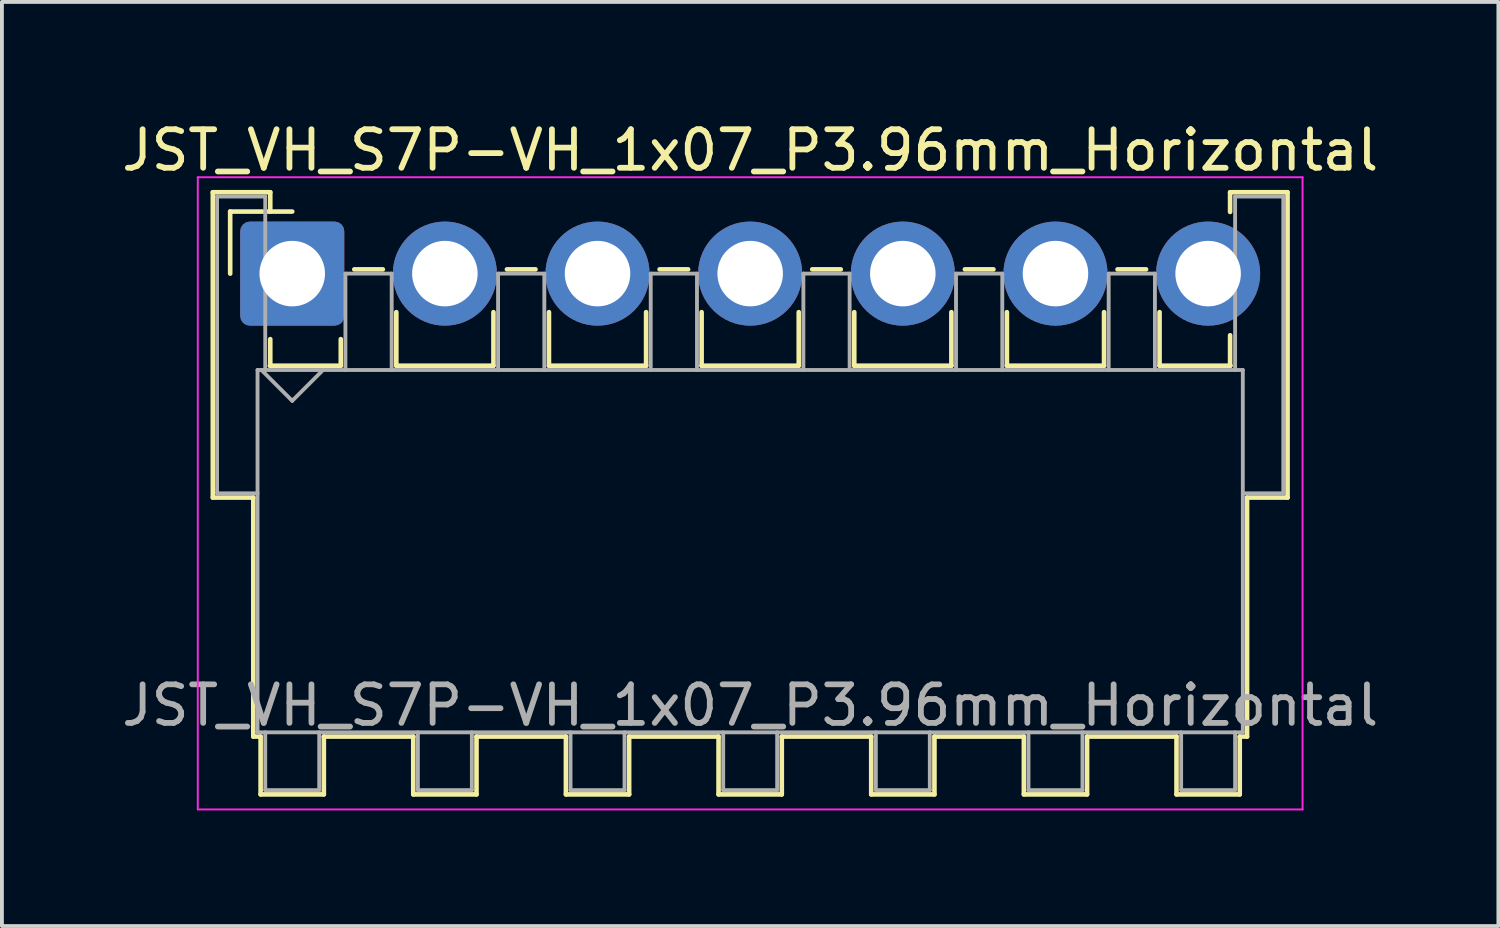
<source format=kicad_pcb>
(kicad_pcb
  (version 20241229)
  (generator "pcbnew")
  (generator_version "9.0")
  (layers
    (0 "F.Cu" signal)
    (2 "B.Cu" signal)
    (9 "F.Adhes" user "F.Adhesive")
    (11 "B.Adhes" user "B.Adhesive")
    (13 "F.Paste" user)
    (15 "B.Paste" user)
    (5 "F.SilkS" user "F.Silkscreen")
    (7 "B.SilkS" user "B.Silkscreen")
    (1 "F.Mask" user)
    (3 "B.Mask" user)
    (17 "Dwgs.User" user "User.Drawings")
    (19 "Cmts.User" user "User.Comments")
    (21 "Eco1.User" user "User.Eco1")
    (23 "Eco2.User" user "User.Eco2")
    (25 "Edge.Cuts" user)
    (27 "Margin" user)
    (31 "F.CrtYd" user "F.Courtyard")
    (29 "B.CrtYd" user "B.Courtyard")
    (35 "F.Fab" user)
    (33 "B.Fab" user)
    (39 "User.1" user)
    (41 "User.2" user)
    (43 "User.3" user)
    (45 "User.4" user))
  (footprint "JST_VH_S7P-VH_1x07_P3.96mm_Horizontal"
    (layer "F.Cu")
    (at 4.531 4.048)
    (property "Reference" "JST_VH_S7P-VH_1x07_P3.96mm_Horizontal" (at 11.88 -3.2 0) (layer "F.SilkS") (effects (font (size 1 1) (thickness 0.15))))
    (attr through_hole)
    (fp_line (start -2.06 -2.11) (end -0.57 -2.11) (stroke (width 0.12) (type solid)) (layer "F.SilkS"))
    (fp_line (start -2.06 5.81) (end -2.06 -2.11) (stroke (width 0.12) (type solid)) (layer "F.SilkS"))
    (fp_line (start -1.61 -1.61) (end -1.61 0) (stroke (width 0.12) (type solid)) (layer "F.SilkS"))
    (fp_line (start -1.01 5.81) (end -2.06 5.81) (stroke (width 0.12) (type solid)) (layer "F.SilkS"))
    (fp_line (start -1.01 5.81) (end -1.01 12.01) (stroke (width 0.12) (type solid)) (layer "F.SilkS"))
    (fp_line (start -1.01 12.01) (end -0.82 12.01) (stroke (width 0.12) (type solid)) (layer "F.SilkS"))
    (fp_line (start -0.82 12.01) (end -0.82 13.51) (stroke (width 0.12) (type solid)) (layer "F.SilkS"))
    (fp_line (start -0.82 13.51) (end 0.82 13.51) (stroke (width 0.12) (type solid)) (layer "F.SilkS"))
    (fp_line (start -0.58 2.39) (end 1.26 2.39) (stroke (width 0.12) (type solid)) (layer "F.SilkS"))
    (fp_line (start -0.57 -2.11) (end -0.57 -1.61) (stroke (width 0.12) (type solid)) (layer "F.SilkS"))
    (fp_line (start -0.57 1.7) (end -0.57 2.39) (stroke (width 0.12) (type solid)) (layer "F.SilkS"))
    (fp_line (start 0 -1.61) (end -1.61 -1.61) (stroke (width 0.12) (type solid)) (layer "F.SilkS"))
    (fp_line (start 0.82 12.01) (end 3.14 12.01) (stroke (width 0.12) (type solid)) (layer "F.SilkS"))
    (fp_line (start 0.82 13.51) (end 0.82 12.01) (stroke (width 0.12) (type solid)) (layer "F.SilkS"))
    (fp_line (start 1.26 2.39) (end 1.26 1.7) (stroke (width 0.12) (type solid)) (layer "F.SilkS"))
    (fp_line (start 1.61 -0.11) (end 2.35 -0.11) (stroke (width 0.12) (type solid)) (layer "F.SilkS"))
    (fp_line (start 2.7 1) (end 2.7 2.39) (stroke (width 0.12) (type solid)) (layer "F.SilkS"))
    (fp_line (start 2.7 2.39) (end 5.22 2.39) (stroke (width 0.12) (type solid)) (layer "F.SilkS"))
    (fp_line (start 3.14 12.01) (end 3.14 13.51) (stroke (width 0.12) (type solid)) (layer "F.SilkS"))
    (fp_line (start 3.14 13.51) (end 4.78 13.51) (stroke (width 0.12) (type solid)) (layer "F.SilkS"))
    (fp_line (start 4.78 12.01) (end 7.1 12.01) (stroke (width 0.12) (type solid)) (layer "F.SilkS"))
    (fp_line (start 4.78 13.51) (end 4.78 12.01) (stroke (width 0.12) (type solid)) (layer "F.SilkS"))
    (fp_line (start 5.22 2.39) (end 5.22 1) (stroke (width 0.12) (type solid)) (layer "F.SilkS"))
    (fp_line (start 5.57 -0.11) (end 6.31 -0.11) (stroke (width 0.12) (type solid)) (layer "F.SilkS"))
    (fp_line (start 6.66 1) (end 6.66 2.39) (stroke (width 0.12) (type solid)) (layer "F.SilkS"))
    (fp_line (start 6.66 2.39) (end 9.18 2.39) (stroke (width 0.12) (type solid)) (layer "F.SilkS"))
    (fp_line (start 7.1 12.01) (end 7.1 13.51) (stroke (width 0.12) (type solid)) (layer "F.SilkS"))
    (fp_line (start 7.1 13.51) (end 8.74 13.51) (stroke (width 0.12) (type solid)) (layer "F.SilkS"))
    (fp_line (start 8.74 12.01) (end 11.06 12.01) (stroke (width 0.12) (type solid)) (layer "F.SilkS"))
    (fp_line (start 8.74 13.51) (end 8.74 12.01) (stroke (width 0.12) (type solid)) (layer "F.SilkS"))
    (fp_line (start 9.18 2.39) (end 9.18 1) (stroke (width 0.12) (type solid)) (layer "F.SilkS"))
    (fp_line (start 9.53 -0.11) (end 10.27 -0.11) (stroke (width 0.12) (type solid)) (layer "F.SilkS"))
    (fp_line (start 10.62 1) (end 10.62 2.39) (stroke (width 0.12) (type solid)) (layer "F.SilkS"))
    (fp_line (start 10.62 2.39) (end 13.14 2.39) (stroke (width 0.12) (type solid)) (layer "F.SilkS"))
    (fp_line (start 11.06 12.01) (end 11.06 13.51) (stroke (width 0.12) (type solid)) (layer "F.SilkS"))
    (fp_line (start 11.06 13.51) (end 12.7 13.51) (stroke (width 0.12) (type solid)) (layer "F.SilkS"))
    (fp_line (start 12.7 12.01) (end 15.02 12.01) (stroke (width 0.12) (type solid)) (layer "F.SilkS"))
    (fp_line (start 12.7 13.51) (end 12.7 12.01) (stroke (width 0.12) (type solid)) (layer "F.SilkS"))
    (fp_line (start 13.14 2.39) (end 13.14 1) (stroke (width 0.12) (type solid)) (layer "F.SilkS"))
    (fp_line (start 13.49 -0.11) (end 14.23 -0.11) (stroke (width 0.12) (type solid)) (layer "F.SilkS"))
    (fp_line (start 14.58 1) (end 14.58 2.39) (stroke (width 0.12) (type solid)) (layer "F.SilkS"))
    (fp_line (start 14.58 2.39) (end 17.1 2.39) (stroke (width 0.12) (type solid)) (layer "F.SilkS"))
    (fp_line (start 15.02 12.01) (end 15.02 13.51) (stroke (width 0.12) (type solid)) (layer "F.SilkS"))
    (fp_line (start 15.02 13.51) (end 16.66 13.51) (stroke (width 0.12) (type solid)) (layer "F.SilkS"))
    (fp_line (start 16.66 12.01) (end 18.98 12.01) (stroke (width 0.12) (type solid)) (layer "F.SilkS"))
    (fp_line (start 16.66 13.51) (end 16.66 12.01) (stroke (width 0.12) (type solid)) (layer "F.SilkS"))
    (fp_line (start 17.1 2.39) (end 17.1 1) (stroke (width 0.12) (type solid)) (layer "F.SilkS"))
    (fp_line (start 17.45 -0.11) (end 18.19 -0.11) (stroke (width 0.12) (type solid)) (layer "F.SilkS"))
    (fp_line (start 18.54 1) (end 18.54 2.39) (stroke (width 0.12) (type solid)) (layer "F.SilkS"))
    (fp_line (start 18.54 2.39) (end 21.06 2.39) (stroke (width 0.12) (type solid)) (layer "F.SilkS"))
    (fp_line (start 18.98 12.01) (end 18.98 13.51) (stroke (width 0.12) (type solid)) (layer "F.SilkS"))
    (fp_line (start 18.98 13.51) (end 20.62 13.51) (stroke (width 0.12) (type solid)) (layer "F.SilkS"))
    (fp_line (start 20.62 12.01) (end 22.94 12.01) (stroke (width 0.12) (type solid)) (layer "F.SilkS"))
    (fp_line (start 20.62 13.51) (end 20.62 12.01) (stroke (width 0.12) (type solid)) (layer "F.SilkS"))
    (fp_line (start 21.06 2.39) (end 21.06 1) (stroke (width 0.12) (type solid)) (layer "F.SilkS"))
    (fp_line (start 21.41 -0.11) (end 22.15 -0.11) (stroke (width 0.12) (type solid)) (layer "F.SilkS"))
    (fp_line (start 22.5 1) (end 22.5 2.39) (stroke (width 0.12) (type solid)) (layer "F.SilkS"))
    (fp_line (start 22.5 2.39) (end 24.34 2.39) (stroke (width 0.12) (type solid)) (layer "F.SilkS"))
    (fp_line (start 22.94 12.01) (end 22.94 13.51) (stroke (width 0.12) (type solid)) (layer "F.SilkS"))
    (fp_line (start 22.94 13.51) (end 24.58 13.51) (stroke (width 0.12) (type solid)) (layer "F.SilkS"))
    (fp_line (start 24.33 -2.11) (end 25.82 -2.11) (stroke (width 0.12) (type solid)) (layer "F.SilkS"))
    (fp_line (start 24.33 -1.6) (end 24.33 -2.11) (stroke (width 0.12) (type solid)) (layer "F.SilkS"))
    (fp_line (start 24.33 2.39) (end 24.33 1.6) (stroke (width 0.12) (type solid)) (layer "F.SilkS"))
    (fp_line (start 24.58 12.01) (end 24.77 12.01) (stroke (width 0.12) (type solid)) (layer "F.SilkS"))
    (fp_line (start 24.58 13.51) (end 24.58 12.01) (stroke (width 0.12) (type solid)) (layer "F.SilkS"))
    (fp_line (start 24.77 12.01) (end 24.77 5.81) (stroke (width 0.12) (type solid)) (layer "F.SilkS"))
    (fp_line (start 25.82 -2.11) (end 25.82 5.81) (stroke (width 0.12) (type solid)) (layer "F.SilkS"))
    (fp_line (start 25.82 5.81) (end 24.77 5.81) (stroke (width 0.12) (type solid)) (layer "F.SilkS"))
    (fp_line (start -2.45 -2.5) (end -2.45 13.9) (stroke (width 0.05) (type solid)) (layer "F.CrtYd"))
    (fp_line (start -2.45 13.9) (end 26.21 13.9) (stroke (width 0.05) (type solid)) (layer "F.CrtYd"))
    (fp_line (start 26.21 -2.5) (end -2.45 -2.5) (stroke (width 0.05) (type solid)) (layer "F.CrtYd"))
    (fp_line (start 26.21 13.9) (end 26.21 -2.5) (stroke (width 0.05) (type solid)) (layer "F.CrtYd"))
    (fp_line (start -1.95 -2) (end -0.7 -2) (stroke (width 0.1) (type solid)) (layer "F.Fab"))
    (fp_line (start -1.95 5.7) (end -1.95 -2) (stroke (width 0.1) (type solid)) (layer "F.Fab"))
    (fp_line (start -0.9 2.5) (end -0.9 11.9) (stroke (width 0.1) (type solid)) (layer "F.Fab"))
    (fp_line (start -0.9 5.7) (end -1.95 5.7) (stroke (width 0.1) (type solid)) (layer "F.Fab"))
    (fp_line (start -0.9 11.9) (end 24.66 11.9) (stroke (width 0.1) (type solid)) (layer "F.Fab"))
    (fp_line (start -0.8 2.5) (end 0 3.3) (stroke (width 0.1) (type solid)) (layer "F.Fab"))
    (fp_line (start -0.7 -2) (end -0.7 2.5) (stroke (width 0.1) (type solid)) (layer "F.Fab"))
    (fp_line (start -0.7 11.9) (end -0.7 13.4) (stroke (width 0.1) (type solid)) (layer "F.Fab"))
    (fp_line (start -0.7 13.4) (end 0.7 13.4) (stroke (width 0.1) (type solid)) (layer "F.Fab"))
    (fp_line (start 0 3.3) (end 0.8 2.5) (stroke (width 0.1) (type solid)) (layer "F.Fab"))
    (fp_line (start 0.7 13.4) (end 0.7 11.9) (stroke (width 0.1) (type solid)) (layer "F.Fab"))
    (fp_line (start 1.38 0) (end 2.58 0) (stroke (width 0.1) (type solid)) (layer "F.Fab"))
    (fp_line (start 1.38 2.5) (end 1.38 0) (stroke (width 0.1) (type solid)) (layer "F.Fab"))
    (fp_line (start 2.58 0) (end 2.58 2.5) (stroke (width 0.1) (type solid)) (layer "F.Fab"))
    (fp_line (start 3.26 11.9) (end 3.26 13.4) (stroke (width 0.1) (type solid)) (layer "F.Fab"))
    (fp_line (start 3.26 13.4) (end 4.66 13.4) (stroke (width 0.1) (type solid)) (layer "F.Fab"))
    (fp_line (start 4.66 13.4) (end 4.66 11.9) (stroke (width 0.1) (type solid)) (layer "F.Fab"))
    (fp_line (start 5.34 0) (end 6.54 0) (stroke (width 0.1) (type solid)) (layer "F.Fab"))
    (fp_line (start 5.34 2.5) (end 5.34 0) (stroke (width 0.1) (type solid)) (layer "F.Fab"))
    (fp_line (start 6.54 0) (end 6.54 2.5) (stroke (width 0.1) (type solid)) (layer "F.Fab"))
    (fp_line (start 7.22 11.9) (end 7.22 13.4) (stroke (width 0.1) (type solid)) (layer "F.Fab"))
    (fp_line (start 7.22 13.4) (end 8.62 13.4) (stroke (width 0.1) (type solid)) (layer "F.Fab"))
    (fp_line (start 8.62 13.4) (end 8.62 11.9) (stroke (width 0.1) (type solid)) (layer "F.Fab"))
    (fp_line (start 9.3 0) (end 10.5 0) (stroke (width 0.1) (type solid)) (layer "F.Fab"))
    (fp_line (start 9.3 2.5) (end 9.3 0) (stroke (width 0.1) (type solid)) (layer "F.Fab"))
    (fp_line (start 10.5 0) (end 10.5 2.5) (stroke (width 0.1) (type solid)) (layer "F.Fab"))
    (fp_line (start 11.18 11.9) (end 11.18 13.4) (stroke (width 0.1) (type solid)) (layer "F.Fab"))
    (fp_line (start 11.18 13.4) (end 12.58 13.4) (stroke (width 0.1) (type solid)) (layer "F.Fab"))
    (fp_line (start 12.58 13.4) (end 12.58 11.9) (stroke (width 0.1) (type solid)) (layer "F.Fab"))
    (fp_line (start 13.26 0) (end 14.46 0) (stroke (width 0.1) (type solid)) (layer "F.Fab"))
    (fp_line (start 13.26 2.5) (end 13.26 0) (stroke (width 0.1) (type solid)) (layer "F.Fab"))
    (fp_line (start 14.46 0) (end 14.46 2.5) (stroke (width 0.1) (type solid)) (layer "F.Fab"))
    (fp_line (start 15.14 11.9) (end 15.14 13.4) (stroke (width 0.1) (type solid)) (layer "F.Fab"))
    (fp_line (start 15.14 13.4) (end 16.54 13.4) (stroke (width 0.1) (type solid)) (layer "F.Fab"))
    (fp_line (start 16.54 13.4) (end 16.54 11.9) (stroke (width 0.1) (type solid)) (layer "F.Fab"))
    (fp_line (start 17.22 0) (end 18.42 0) (stroke (width 0.1) (type solid)) (layer "F.Fab"))
    (fp_line (start 17.22 2.5) (end 17.22 0) (stroke (width 0.1) (type solid)) (layer "F.Fab"))
    (fp_line (start 18.42 0) (end 18.42 2.5) (stroke (width 0.1) (type solid)) (layer "F.Fab"))
    (fp_line (start 19.1 11.9) (end 19.1 13.4) (stroke (width 0.1) (type solid)) (layer "F.Fab"))
    (fp_line (start 19.1 13.4) (end 20.5 13.4) (stroke (width 0.1) (type solid)) (layer "F.Fab"))
    (fp_line (start 20.5 13.4) (end 20.5 11.9) (stroke (width 0.1) (type solid)) (layer "F.Fab"))
    (fp_line (start 21.18 0) (end 22.38 0) (stroke (width 0.1) (type solid)) (layer "F.Fab"))
    (fp_line (start 21.18 2.5) (end 21.18 0) (stroke (width 0.1) (type solid)) (layer "F.Fab"))
    (fp_line (start 22.38 0) (end 22.38 2.5) (stroke (width 0.1) (type solid)) (layer "F.Fab"))
    (fp_line (start 23.06 11.9) (end 23.06 13.4) (stroke (width 0.1) (type solid)) (layer "F.Fab"))
    (fp_line (start 23.06 13.4) (end 24.46 13.4) (stroke (width 0.1) (type solid)) (layer "F.Fab"))
    (fp_line (start 24.46 -2) (end 25.71 -2) (stroke (width 0.1) (type solid)) (layer "F.Fab"))
    (fp_line (start 24.46 2.5) (end 24.46 -2) (stroke (width 0.1) (type solid)) (layer "F.Fab"))
    (fp_line (start 24.46 13.4) (end 24.46 11.9) (stroke (width 0.1) (type solid)) (layer "F.Fab"))
    (fp_line (start 24.66 2.5) (end -0.9 2.5) (stroke (width 0.1) (type solid)) (layer "F.Fab"))
    (fp_line (start 24.66 11.9) (end 24.66 2.5) (stroke (width 0.1) (type solid)) (layer "F.Fab"))
    (fp_line (start 25.71 -2) (end 25.71 5.7) (stroke (width 0.1) (type solid)) (layer "F.Fab"))
    (fp_line (start 25.71 5.7) (end 24.66 5.7) (stroke (width 0.1) (type solid)) (layer "F.Fab"))
    (fp_text user "${REFERENCE}" (at 11.88 11.2 0) (layer "F.Fab") (effects (font (size 1 1) (thickness 0.15))))
    (pad "1" thru_hole roundrect (at 0 0) (size 2.7 2.7) (drill 1.7) (layers "*.Cu" "*.Mask") (roundrect_rratio 0.093))
    (pad "2" thru_hole circle (at 3.96 0) (size 2.7 2.7) (drill 1.7) (layers "*.Cu" "*.Mask"))
    (pad "3" thru_hole circle (at 7.92 0) (size 2.7 2.7) (drill 1.7) (layers "*.Cu" "*.Mask"))
    (pad "4" thru_hole circle (at 11.88 0) (size 2.7 2.7) (drill 1.7) (layers "*.Cu" "*.Mask"))
    (pad "5" thru_hole circle (at 15.84 0) (size 2.7 2.7) (drill 1.7) (layers "*.Cu" "*.Mask"))
    (pad "6" thru_hole circle (at 19.8 0) (size 2.7 2.7) (drill 1.7) (layers "*.Cu" "*.Mask"))
    (pad "7" thru_hole circle (at 23.76 0) (size 2.7 2.7) (drill 1.7) (layers "*.Cu" "*.Mask")))
  (gr_rect
    (start -3 -3)
    (end 35.821 20.973)
    (stroke (width 0.1) (type default))
    (fill no)
    (layer "Edge.Cuts")))
</source>
